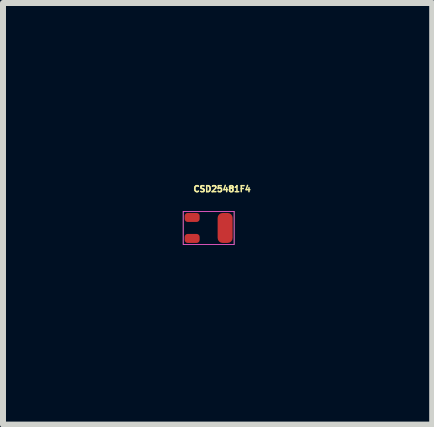
<source format=kicad_pcb>
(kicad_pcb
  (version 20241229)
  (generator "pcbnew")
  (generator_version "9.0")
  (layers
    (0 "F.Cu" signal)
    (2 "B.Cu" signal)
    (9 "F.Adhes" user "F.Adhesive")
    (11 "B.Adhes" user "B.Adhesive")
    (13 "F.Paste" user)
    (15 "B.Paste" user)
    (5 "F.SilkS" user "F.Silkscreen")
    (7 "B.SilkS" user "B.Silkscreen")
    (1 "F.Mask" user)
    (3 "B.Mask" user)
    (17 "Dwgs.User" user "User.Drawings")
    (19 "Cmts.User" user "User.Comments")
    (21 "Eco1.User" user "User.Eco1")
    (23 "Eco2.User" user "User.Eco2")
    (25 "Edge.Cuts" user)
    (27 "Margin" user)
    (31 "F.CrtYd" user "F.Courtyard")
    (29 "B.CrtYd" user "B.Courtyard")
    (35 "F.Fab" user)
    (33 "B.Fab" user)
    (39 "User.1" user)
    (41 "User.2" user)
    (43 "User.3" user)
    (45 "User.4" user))
  (footprint "CSD25481F4"
    (layer "F.Cu")
    (at 0.43 0.752)
    (property "Reference" "CSD25481F4" (at 0.225 -0.65 0) (layer "F.SilkS") (effects (font (size 0.1 0.1) (thickness 0.025))))
    (attr through_hole)
    (fp_line (start -0.425 -0.275) (end 0.425 -0.275) (stroke (width 0.01) (type solid)) (layer "F.SilkS"))
    (fp_line (start -0.425 0.275) (end -0.425 -0.275) (stroke (width 0.01) (type solid)) (layer "F.SilkS"))
    (fp_line (start 0.425 -0.275) (end 0.425 0.275) (stroke (width 0.01) (type solid)) (layer "F.SilkS"))
    (fp_line (start 0.425 0.275) (end -0.425 0.275) (stroke (width 0.01) (type solid)) (layer "F.SilkS"))
    (fp_line (start -0.425 -0.275) (end 0.425 -0.275) (stroke (width 0.01) (type solid)) (layer "F.CrtYd"))
    (fp_line (start -0.425 0.275) (end -0.425 -0.275) (stroke (width 0.01) (type solid)) (layer "F.CrtYd"))
    (fp_line (start 0.425 -0.275) (end 0.425 0.275) (stroke (width 0.01) (type solid)) (layer "F.CrtYd"))
    (fp_line (start 0.425 0.275) (end -0.425 0.275) (stroke (width 0.01) (type solid)) (layer "F.CrtYd"))
    (pad "1" smd roundrect (at -0.275 -0.175) (size 0.25 0.15) (layers "F.Cu" "F.Mask" "F.Paste") (roundrect_rratio 0.333))
    (pad "2" smd roundrect (at -0.275 0.175) (size 0.25 0.15) (layers "F.Cu" "F.Mask" "F.Paste") (roundrect_rratio 0.333))
    (pad "3" smd roundrect (at 0.275 0) (size 0.25 0.5) (layers "F.Cu" "F.Mask" "F.Paste") (roundrect_rratio 0.333)))
  (gr_rect
    (start -3 -3)
    (end 4.159 4.032)
    (stroke (width 0.1) (type default))
    (fill no)
    (layer "Edge.Cuts")))
</source>
